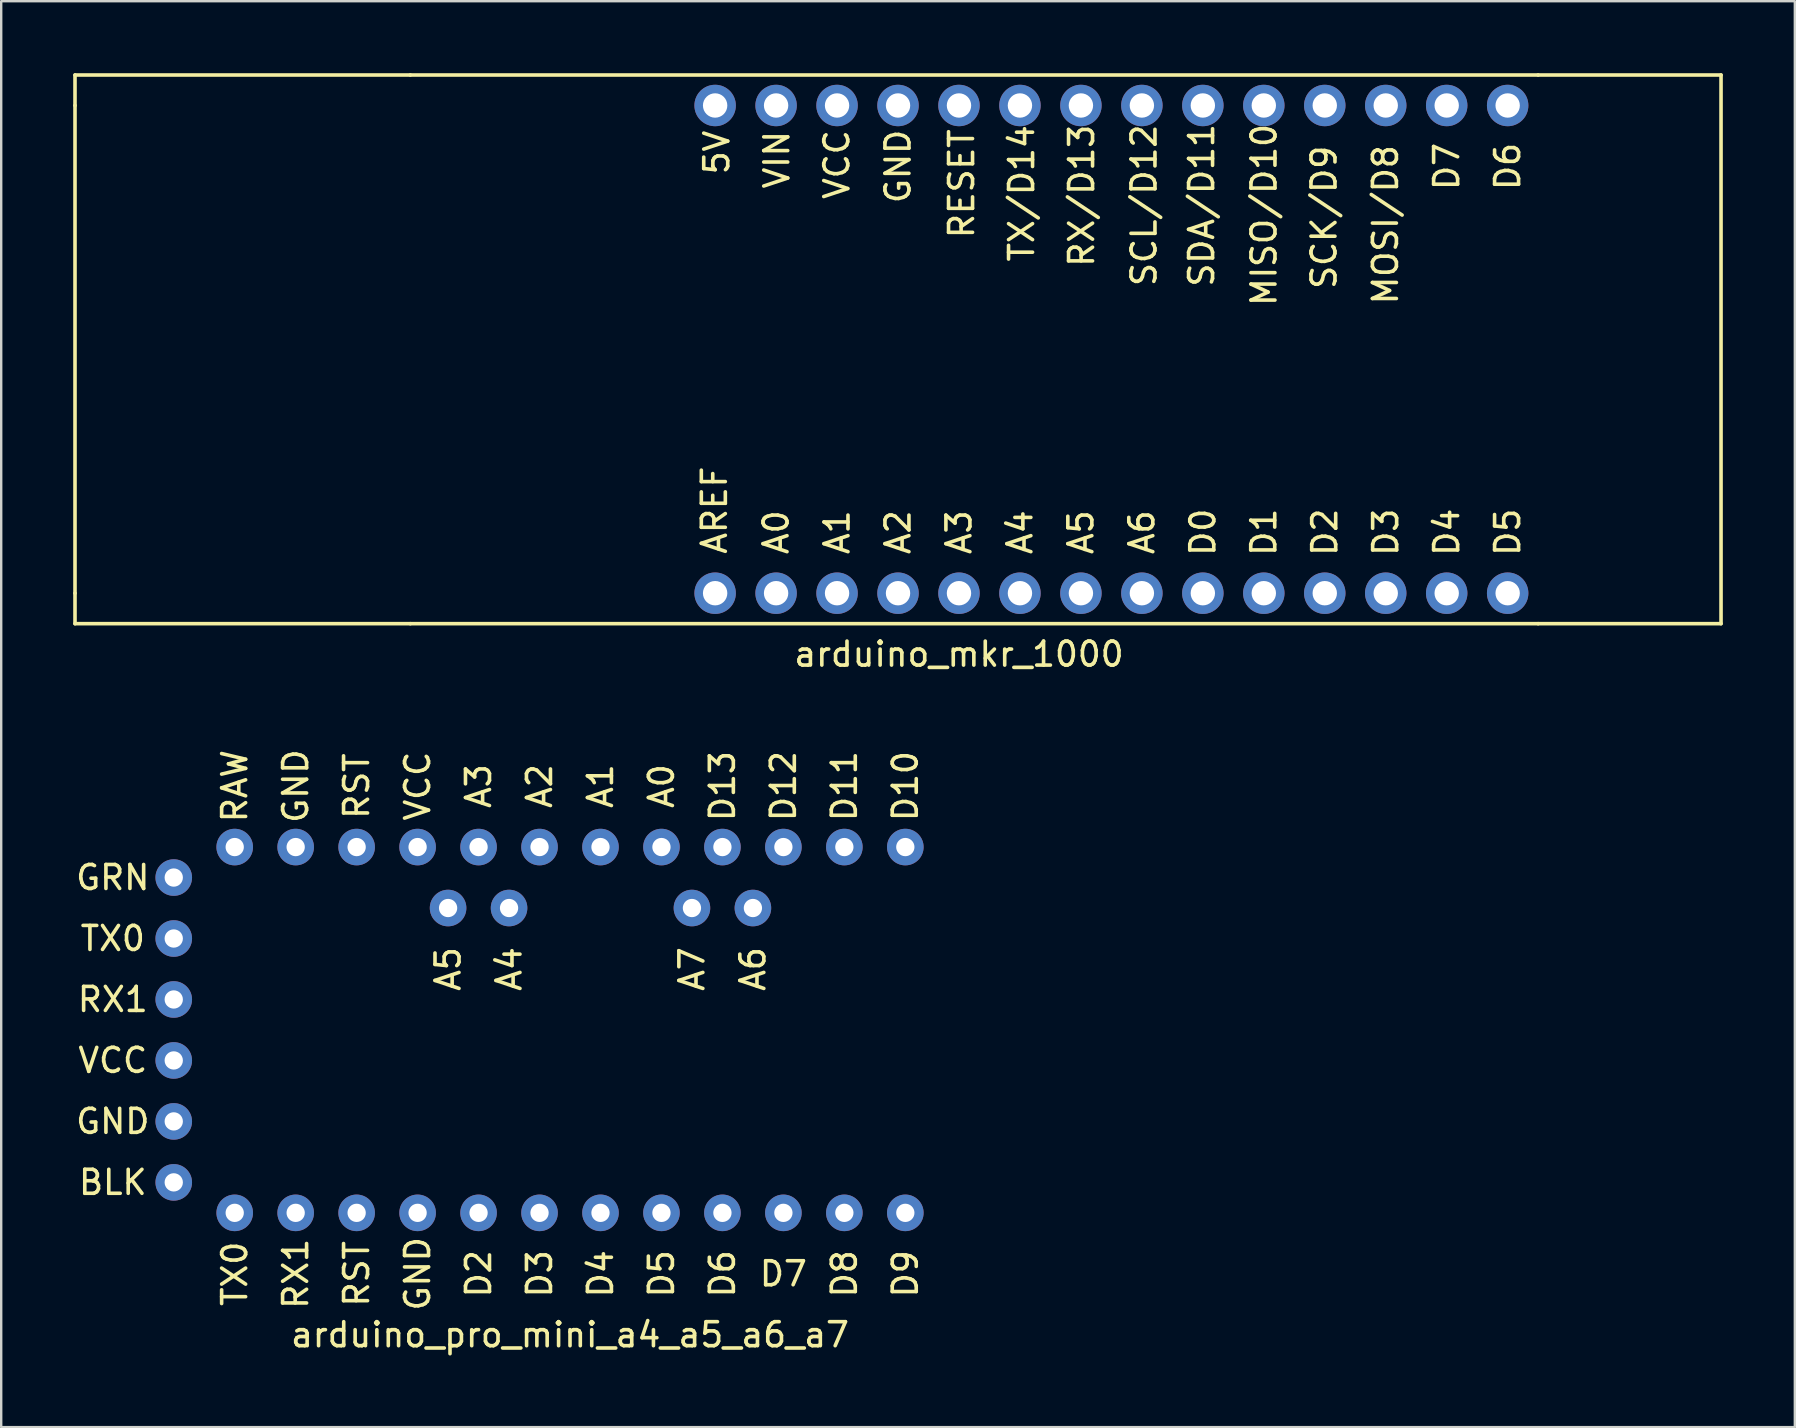
<source format=kicad_pcb>
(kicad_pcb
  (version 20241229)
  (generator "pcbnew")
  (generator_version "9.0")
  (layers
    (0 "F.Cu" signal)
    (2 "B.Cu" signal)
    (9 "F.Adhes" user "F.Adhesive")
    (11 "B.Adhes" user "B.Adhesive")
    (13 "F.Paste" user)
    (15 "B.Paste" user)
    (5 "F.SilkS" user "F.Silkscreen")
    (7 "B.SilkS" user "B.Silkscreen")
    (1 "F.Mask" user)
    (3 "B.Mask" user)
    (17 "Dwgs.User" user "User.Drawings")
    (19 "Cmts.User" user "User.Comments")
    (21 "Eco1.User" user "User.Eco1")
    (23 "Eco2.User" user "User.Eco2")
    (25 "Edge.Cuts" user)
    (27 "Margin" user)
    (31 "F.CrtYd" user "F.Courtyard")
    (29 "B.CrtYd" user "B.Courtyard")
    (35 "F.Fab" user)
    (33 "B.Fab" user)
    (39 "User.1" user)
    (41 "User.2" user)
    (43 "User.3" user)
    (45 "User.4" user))
  (footprint "arduino_pro_mini_a4_a5_a6_a7"
    (layer "F.Cu")
    (at 20.699 41.132)
    (property "Reference" "arduino_pro_mini_a4_a5_a6_a7" (at 0 11.43 0) (layer "F.SilkS") (effects (font (size 1 1) (thickness 0.15))))
    (attr through_hole)
    (fp_text user "A0" (at 3.81 -11.43 90) (layer "F.SilkS") (effects (font (size 1 1) (thickness 0.15))))
    (fp_text user "GND" (at -6.35 8.89 90) (layer "F.SilkS") (effects (font (size 1 1) (thickness 0.15))))
    (fp_text user "D6" (at 6.35 8.89 90) (layer "F.SilkS") (effects (font (size 1 1) (thickness 0.15))))
    (fp_text user "D12" (at 8.89 -11.43 90) (layer "F.SilkS") (effects (font (size 1 1) (thickness 0.15))))
    (fp_text user "D7" (at 8.89 8.89 0) (layer "F.SilkS") (effects (font (size 1 1) (thickness 0.15))))
    (fp_text user "D13" (at 6.35 -11.43 90) (layer "F.SilkS") (effects (font (size 1 1) (thickness 0.15))))
    (fp_text user "TX0" (at -19.05 -5.08 0) (layer "F.SilkS") (effects (font (size 1 1) (thickness 0.15))))
    (fp_text user "RX1" (at -19.05 -2.54 0) (layer "F.SilkS") (effects (font (size 1 1) (thickness 0.15))))
    (fp_text user "D10" (at 13.97 -11.43 90) (layer "F.SilkS") (effects (font (size 1 1) (thickness 0.15))))
    (fp_text user "D5" (at 3.81 8.89 90) (layer "F.SilkS") (effects (font (size 1 1) (thickness 0.15))))
    (fp_text user "D3" (at -1.27 8.89 90) (layer "F.SilkS") (effects (font (size 1 1) (thickness 0.15))))
    (fp_text user "D4" (at 1.27 8.89 90) (layer "F.SilkS") (effects (font (size 1 1) (thickness 0.15))))
    (fp_text user "D2" (at -3.81 8.89 90) (layer "F.SilkS") (effects (font (size 1 1) (thickness 0.15))))
    (fp_text user "GRN" (at -19.05 -7.62 0) (layer "F.SilkS") (effects (font (size 1 1) (thickness 0.15))))
    (fp_text user "A6" (at 7.62 -3.81 90) (layer "F.SilkS") (effects (font (size 1 1) (thickness 0.15))))
    (fp_text user "GND" (at -11.43 -11.43 90) (layer "F.SilkS") (effects (font (size 1 1) (thickness 0.15))))
    (fp_text user "RST" (at -8.89 8.89 90) (layer "F.SilkS") (effects (font (size 1 1) (thickness 0.15))))
    (fp_text user "A4" (at -2.54 -3.81 90) (layer "F.SilkS") (effects (font (size 1 1) (thickness 0.15))))
    (fp_text user "VCC" (at -19.05 0 0) (layer "F.SilkS") (effects (font (size 1 1) (thickness 0.15))))
    (fp_text user "A5" (at -5.08 -3.81 90) (layer "F.SilkS") (effects (font (size 1 1) (thickness 0.15))))
    (fp_text user "D11" (at 11.43 -11.43 90) (layer "F.SilkS") (effects (font (size 1 1) (thickness 0.15))))
    (fp_text user "D8" (at 11.43 8.89 90) (layer "F.SilkS") (effects (font (size 1 1) (thickness 0.15))))
    (fp_text user "BLK" (at -19.05 5.08 0) (layer "F.SilkS") (effects (font (size 1 1) (thickness 0.15))))
    (fp_text user "A1" (at 1.27 -11.43 90) (layer "F.SilkS") (effects (font (size 1 1) (thickness 0.15))))
    (fp_text user "VCC" (at -6.35 -11.43 90) (layer "F.SilkS") (effects (font (size 1 1) (thickness 0.15))))
    (fp_text user "RAW" (at -13.97 -11.43 90) (layer "F.SilkS") (effects (font (size 1 1) (thickness 0.15))))
    (fp_text user "GND" (at -19.05 2.54 0) (layer "F.SilkS") (effects (font (size 1 1) (thickness 0.15))))
    (fp_text user "A3" (at -3.81 -11.43 90) (layer "F.SilkS") (effects (font (size 1 1) (thickness 0.15))))
    (fp_text user "A7" (at 5.08 -3.81 90) (layer "F.SilkS") (effects (font (size 1 1) (thickness 0.15))))
    (fp_text user "D9" (at 13.97 8.89 90) (layer "F.SilkS") (effects (font (size 1 1) (thickness 0.15))))
    (fp_text user "TX0" (at -13.97 8.89 90) (layer "F.SilkS") (effects (font (size 1 1) (thickness 0.15))))
    (fp_text user "A2" (at -1.27 -11.43 90) (layer "F.SilkS") (effects (font (size 1 1) (thickness 0.15))))
    (fp_text user "RX1" (at -11.43 8.89 90) (layer "F.SilkS") (effects (font (size 1 1) (thickness 0.15))))
    (fp_text user "RST" (at -8.89 -11.43 90) (layer "F.SilkS") (effects (font (size 1 1) (thickness 0.15))))
    (pad "1" thru_hole circle (at -13.97 6.35) (size 1.524 1.524) (drill 0.762) (layers "*.Cu" "*.Mask"))
    (pad "2" thru_hole circle (at -11.43 6.35) (size 1.524 1.524) (drill 0.762) (layers "*.Cu" "*.Mask"))
    (pad "3" thru_hole circle (at -8.89 6.35) (size 1.524 1.524) (drill 0.762) (layers "*.Cu" "*.Mask"))
    (pad "4" thru_hole circle (at -6.35 6.35) (size 1.524 1.524) (drill 0.762) (layers "*.Cu" "*.Mask"))
    (pad "5" thru_hole circle (at -3.81 6.35) (size 1.524 1.524) (drill 0.762) (layers "*.Cu" "*.Mask"))
    (pad "6" thru_hole circle (at -1.27 6.35) (size 1.524 1.524) (drill 0.762) (layers "*.Cu" "*.Mask"))
    (pad "7" thru_hole circle (at 1.27 6.35) (size 1.524 1.524) (drill 0.762) (layers "*.Cu" "*.Mask"))
    (pad "8" thru_hole circle (at 3.81 6.35) (size 1.524 1.524) (drill 0.762) (layers "*.Cu" "*.Mask"))
    (pad "9" thru_hole circle (at 6.35 6.35) (size 1.524 1.524) (drill 0.762) (layers "*.Cu" "*.Mask"))
    (pad "10" thru_hole circle (at 8.89 6.35) (size 1.524 1.524) (drill 0.762) (layers "*.Cu" "*.Mask"))
    (pad "11" thru_hole circle (at 11.43 6.35) (size 1.524 1.524) (drill 0.762) (layers "*.Cu" "*.Mask"))
    (pad "12" thru_hole circle (at 13.97 6.35) (size 1.524 1.524) (drill 0.762) (layers "*.Cu" "*.Mask"))
    (pad "13" thru_hole circle (at 13.97 -8.89) (size 1.524 1.524) (drill 0.762) (layers "*.Cu" "*.Mask"))
    (pad "14" thru_hole circle (at 11.43 -8.89) (size 1.524 1.524) (drill 0.762) (layers "*.Cu" "*.Mask"))
    (pad "15" thru_hole circle (at 8.89 -8.89) (size 1.524 1.524) (drill 0.762) (layers "*.Cu" "*.Mask"))
    (pad "16" thru_hole circle (at 6.35 -8.89) (size 1.524 1.524) (drill 0.762) (layers "*.Cu" "*.Mask"))
    (pad "17" thru_hole circle (at 3.81 -8.89) (size 1.524 1.524) (drill 0.762) (layers "*.Cu" "*.Mask"))
    (pad "18" thru_hole circle (at 1.27 -8.89) (size 1.524 1.524) (drill 0.762) (layers "*.Cu" "*.Mask"))
    (pad "19" thru_hole circle (at -1.27 -8.89) (size 1.524 1.524) (drill 0.762) (layers "*.Cu" "*.Mask"))
    (pad "20" thru_hole circle (at -3.81 -8.89) (size 1.524 1.524) (drill 0.762) (layers "*.Cu" "*.Mask"))
    (pad "21" thru_hole circle (at -2.54 -6.35) (size 1.524 1.524) (drill 0.762) (layers "*.Cu" "*.Mask"))
    (pad "22" thru_hole circle (at -5.08 -6.35) (size 1.524 1.524) (drill 0.762) (layers "*.Cu" "*.Mask"))
    (pad "23" thru_hole circle (at 7.62 -6.35) (size 1.524 1.524) (drill 0.762) (layers "*.Cu" "*.Mask"))
    (pad "24" thru_hole circle (at 5.08 -6.35) (size 1.524 1.524) (drill 0.762) (layers "*.Cu" "*.Mask"))
    (pad "25" thru_hole circle (at -6.35 -8.89) (size 1.524 1.524) (drill 0.762) (layers "*.Cu" "*.Mask"))
    (pad "26" thru_hole circle (at -8.89 -8.89) (size 1.524 1.524) (drill 0.762) (layers "*.Cu" "*.Mask"))
    (pad "27" thru_hole circle (at -11.43 -8.89) (size 1.524 1.524) (drill 0.762) (layers "*.Cu" "*.Mask"))
    (pad "28" thru_hole circle (at -13.97 -8.89) (size 1.524 1.524) (drill 0.762) (layers "*.Cu" "*.Mask"))
    (pad "29" thru_hole circle (at -16.51 -7.62) (size 1.524 1.524) (drill 0.762) (layers "*.Cu" "*.Mask"))
    (pad "30" thru_hole circle (at -16.51 -5.08) (size 1.524 1.524) (drill 0.762) (layers "*.Cu" "*.Mask"))
    (pad "31" thru_hole circle (at -16.51 -2.54) (size 1.524 1.524) (drill 0.762) (layers "*.Cu" "*.Mask"))
    (pad "32" thru_hole circle (at -16.51 0) (size 1.524 1.524) (drill 0.762) (layers "*.Cu" "*.Mask"))
    (pad "33" thru_hole circle (at -16.51 2.54) (size 1.524 1.524) (drill 0.762) (layers "*.Cu" "*.Mask"))
    (pad "34" thru_hole circle (at -16.51 5.08) (size 1.524 1.524) (drill 0.762) (layers "*.Cu" "*.Mask")))
  (footprint "arduino_mkr_1000"
    (layer "F.Cu")
    (at 34.365 11.505)
    (property "Reference" "arduino_mkr_1000" (at 2.54 12.7 0) (layer "F.SilkS") (effects (font (size 1 1) (thickness 0.15))))
    (attr through_hole)
    (fp_line (start -34.29 -11.43) (end -20.32 -11.43) (stroke (width 0.15) (type solid)) (layer "F.SilkS"))
    (fp_line (start -34.29 -10.16) (end -34.29 -11.43) (stroke (width 0.15) (type solid)) (layer "F.SilkS"))
    (fp_line (start -34.29 10.16) (end -34.29 -10.16) (stroke (width 0.15) (type solid)) (layer "F.SilkS"))
    (fp_line (start -34.29 10.16) (end -34.29 11.43) (stroke (width 0.15) (type solid)) (layer "F.SilkS"))
    (fp_line (start -34.29 11.43) (end -20.32 11.43) (stroke (width 0.15) (type solid)) (layer "F.SilkS"))
    (fp_line (start -20.32 11.43) (end 26.67 11.43) (stroke (width 0.15) (type solid)) (layer "F.SilkS"))
    (fp_line (start 26.67 -11.43) (end -20.32 -11.43) (stroke (width 0.15) (type solid)) (layer "F.SilkS"))
    (fp_line (start 26.67 -11.43) (end 34.29 -11.43) (stroke (width 0.15) (type solid)) (layer "F.SilkS"))
    (fp_line (start 26.67 11.43) (end 34.29 11.43) (stroke (width 0.15) (type solid)) (layer "F.SilkS"))
    (fp_line (start 34.29 11.43) (end 34.29 -11.43) (stroke (width 0.15) (type solid)) (layer "F.SilkS"))
    (fp_text user "5V" (at -7.55 -8.2 90) (layer "F.SilkS") (effects (font (size 1 1) (thickness 0.15))))
    (fp_text user "SCL/D12" (at 10.25 -6 90) (layer "F.SilkS") (effects (font (size 1 1) (thickness 0.15))))
    (fp_text user "MISO/D10" (at 15.25 -5.6 90) (layer "F.SilkS") (effects (font (size 1 1) (thickness 0.15))))
    (fp_text user "RX/D13" (at 7.65 -6.4 90) (layer "F.SilkS") (effects (font (size 1 1) (thickness 0.15))))
    (fp_text user "D2" (at 17.78 7.62 90) (layer "F.SilkS") (effects (font (size 1 1) (thickness 0.15))))
    (fp_text user "GND" (at 0 -7.62 90) (layer "F.SilkS") (effects (font (size 1 1) (thickness 0.15))))
    (fp_text user "VCC" (at -2.55 -7.7 90) (layer "F.SilkS") (effects (font (size 1 1) (thickness 0.15))))
    (fp_text user "D5" (at 25.4 7.62 90) (layer "F.SilkS") (effects (font (size 1 1) (thickness 0.15))))
    (fp_text user "A4" (at 5.08 7.62 90) (layer "F.SilkS") (effects (font (size 1 1) (thickness 0.15))))
    (fp_text user "A0" (at -5.08 7.62 90) (layer "F.SilkS") (effects (font (size 1 1) (thickness 0.15))))
    (fp_text user "D0" (at 12.7 7.62 90) (layer "F.SilkS") (effects (font (size 1 1) (thickness 0.15))))
    (fp_text user "SCK/D9" (at 17.75 -5.5 90) (layer "F.SilkS") (effects (font (size 1 1) (thickness 0.15))))
    (fp_text user "D3" (at 20.32 7.62 90) (layer "F.SilkS") (effects (font (size 1 1) (thickness 0.15))))
    (fp_text user "RESET" (at 2.65 -6.9 90) (layer "F.SilkS") (effects (font (size 1 1) (thickness 0.15))))
    (fp_text user "D6" (at 25.4 -7.62 90) (layer "F.SilkS") (effects (font (size 1 1) (thickness 0.15))))
    (fp_text user "A5" (at 7.62 7.62 90) (layer "F.SilkS") (effects (font (size 1 1) (thickness 0.15))))
    (fp_text user "SDA/D11" (at 12.65 -6 90) (layer "F.SilkS") (effects (font (size 1 1) (thickness 0.15))))
    (fp_text user "A2" (at 0 7.62 90) (layer "F.SilkS") (effects (font (size 1 1) (thickness 0.15))))
    (fp_text user "A3" (at 2.54 7.62 90) (layer "F.SilkS") (effects (font (size 1 1) (thickness 0.15))))
    (fp_text user "D1" (at 15.24 7.62 90) (layer "F.SilkS") (effects (font (size 1 1) (thickness 0.15))))
    (fp_text user "A6" (at 10.16 7.62 90) (layer "F.SilkS") (effects (font (size 1 1) (thickness 0.15))))
    (fp_text user "A1" (at -2.54 7.62 90) (layer "F.SilkS") (effects (font (size 1 1) (thickness 0.15))))
    (fp_text user "AREF" (at -7.65 6.7 90) (layer "F.SilkS") (effects (font (size 1 1) (thickness 0.15))))
    (fp_text user "VIN" (at -5.05 -7.9 90) (layer "F.SilkS") (effects (font (size 1 1) (thickness 0.15))))
    (fp_text user "TX/D14" (at 5.15 -6.5 90) (layer "F.SilkS") (effects (font (size 1 1) (thickness 0.15))))
    (fp_text user "D7" (at 22.86 -7.62 90) (layer "F.SilkS") (effects (font (size 1 1) (thickness 0.15))))
    (fp_text user "MOSI/D8" (at 20.31 -5.19 90) (layer "F.SilkS") (effects (font (size 1 1) (thickness 0.15))))
    (fp_text user "D4" (at 22.86 7.62 90) (layer "F.SilkS") (effects (font (size 1 1) (thickness 0.15))))
    (pad "1" thru_hole circle (at -7.62 10.16 90) (size 1.727 1.727) (drill 1.016) (layers "*.Cu" "*.Mask"))
    (pad "2" thru_hole circle (at -5.08 10.16 90) (size 1.727 1.727) (drill 1.016) (layers "*.Cu" "*.Mask"))
    (pad "3" thru_hole circle (at -2.54 10.16 90) (size 1.727 1.727) (drill 1.016) (layers "*.Cu" "*.Mask"))
    (pad "4" thru_hole circle (at 0 10.16 90) (size 1.727 1.727) (drill 1.016) (layers "*.Cu" "*.Mask"))
    (pad "5" thru_hole circle (at 2.54 10.16 90) (size 1.727 1.727) (drill 1.016) (layers "*.Cu" "*.Mask"))
    (pad "6" thru_hole circle (at 5.08 10.16 90) (size 1.727 1.727) (drill 1.016) (layers "*.Cu" "*.Mask"))
    (pad "7" thru_hole circle (at 7.62 10.16 90) (size 1.727 1.727) (drill 1.016) (layers "*.Cu" "*.Mask"))
    (pad "8" thru_hole circle (at 10.16 10.16 90) (size 1.727 1.727) (drill 1.016) (layers "*.Cu" "*.Mask"))
    (pad "9" thru_hole circle (at 12.7 10.16 90) (size 1.727 1.727) (drill 1.016) (layers "*.Cu" "*.Mask"))
    (pad "10" thru_hole circle (at 15.24 10.16 90) (size 1.727 1.727) (drill 1.016) (layers "*.Cu" "*.Mask"))
    (pad "11" thru_hole circle (at 17.78 10.16 90) (size 1.727 1.727) (drill 1.016) (layers "*.Cu" "*.Mask"))
    (pad "12" thru_hole circle (at 20.32 10.16 90) (size 1.727 1.727) (drill 1.016) (layers "*.Cu" "*.Mask"))
    (pad "13" thru_hole circle (at 22.86 10.16 90) (size 1.727 1.727) (drill 1.016) (layers "*.Cu" "*.Mask"))
    (pad "14" thru_hole circle (at 25.4 10.16 90) (size 1.727 1.727) (drill 1.016) (layers "*.Cu" "*.Mask"))
    (pad "15" thru_hole circle (at 25.4 -10.16 90) (size 1.727 1.727) (drill 1.016) (layers "*.Cu" "*.Mask"))
    (pad "16" thru_hole circle (at 22.86 -10.16 90) (size 1.727 1.727) (drill 1.016) (layers "*.Cu" "*.Mask"))
    (pad "17" thru_hole circle (at 20.32 -10.16 90) (size 1.727 1.727) (drill 1.016) (layers "*.Cu" "*.Mask"))
    (pad "18" thru_hole circle (at 17.78 -10.16 90) (size 1.727 1.727) (drill 1.016) (layers "*.Cu" "*.Mask"))
    (pad "19" thru_hole circle (at 15.24 -10.16 90) (size 1.727 1.727) (drill 1.016) (layers "*.Cu" "*.Mask"))
    (pad "20" thru_hole circle (at 12.7 -10.16 90) (size 1.727 1.727) (drill 1.016) (layers "*.Cu" "*.Mask"))
    (pad "21" thru_hole circle (at 10.16 -10.16 90) (size 1.727 1.727) (drill 1.016) (layers "*.Cu" "*.Mask"))
    (pad "22" thru_hole circle (at 7.62 -10.16 90) (size 1.727 1.727) (drill 1.016) (layers "*.Cu" "*.Mask"))
    (pad "23" thru_hole circle (at 5.08 -10.16 90) (size 1.727 1.727) (drill 1.016) (layers "*.Cu" "*.Mask"))
    (pad "24" thru_hole circle (at 2.54 -10.16 90) (size 1.727 1.727) (drill 1.016) (layers "*.Cu" "*.Mask"))
    (pad "25" thru_hole circle (at 0 -10.16 90) (size 1.727 1.727) (drill 1.016) (layers "*.Cu" "*.Mask"))
    (pad "26" thru_hole circle (at -2.54 -10.16 90) (size 1.727 1.727) (drill 1.016) (layers "*.Cu" "*.Mask"))
    (pad "27" thru_hole circle (at -5.08 -10.16 90) (size 1.727 1.727) (drill 1.016) (layers "*.Cu" "*.Mask"))
    (pad "28" thru_hole circle (at -7.62 -10.16 90) (size 1.727 1.727) (drill 1.016) (layers "*.Cu" "*.Mask")))
  (gr_rect
    (start -3 -3)
    (end 71.73 56.41)
    (stroke (width 0.1) (type default))
    (fill no)
    (layer "Edge.Cuts")))
</source>
